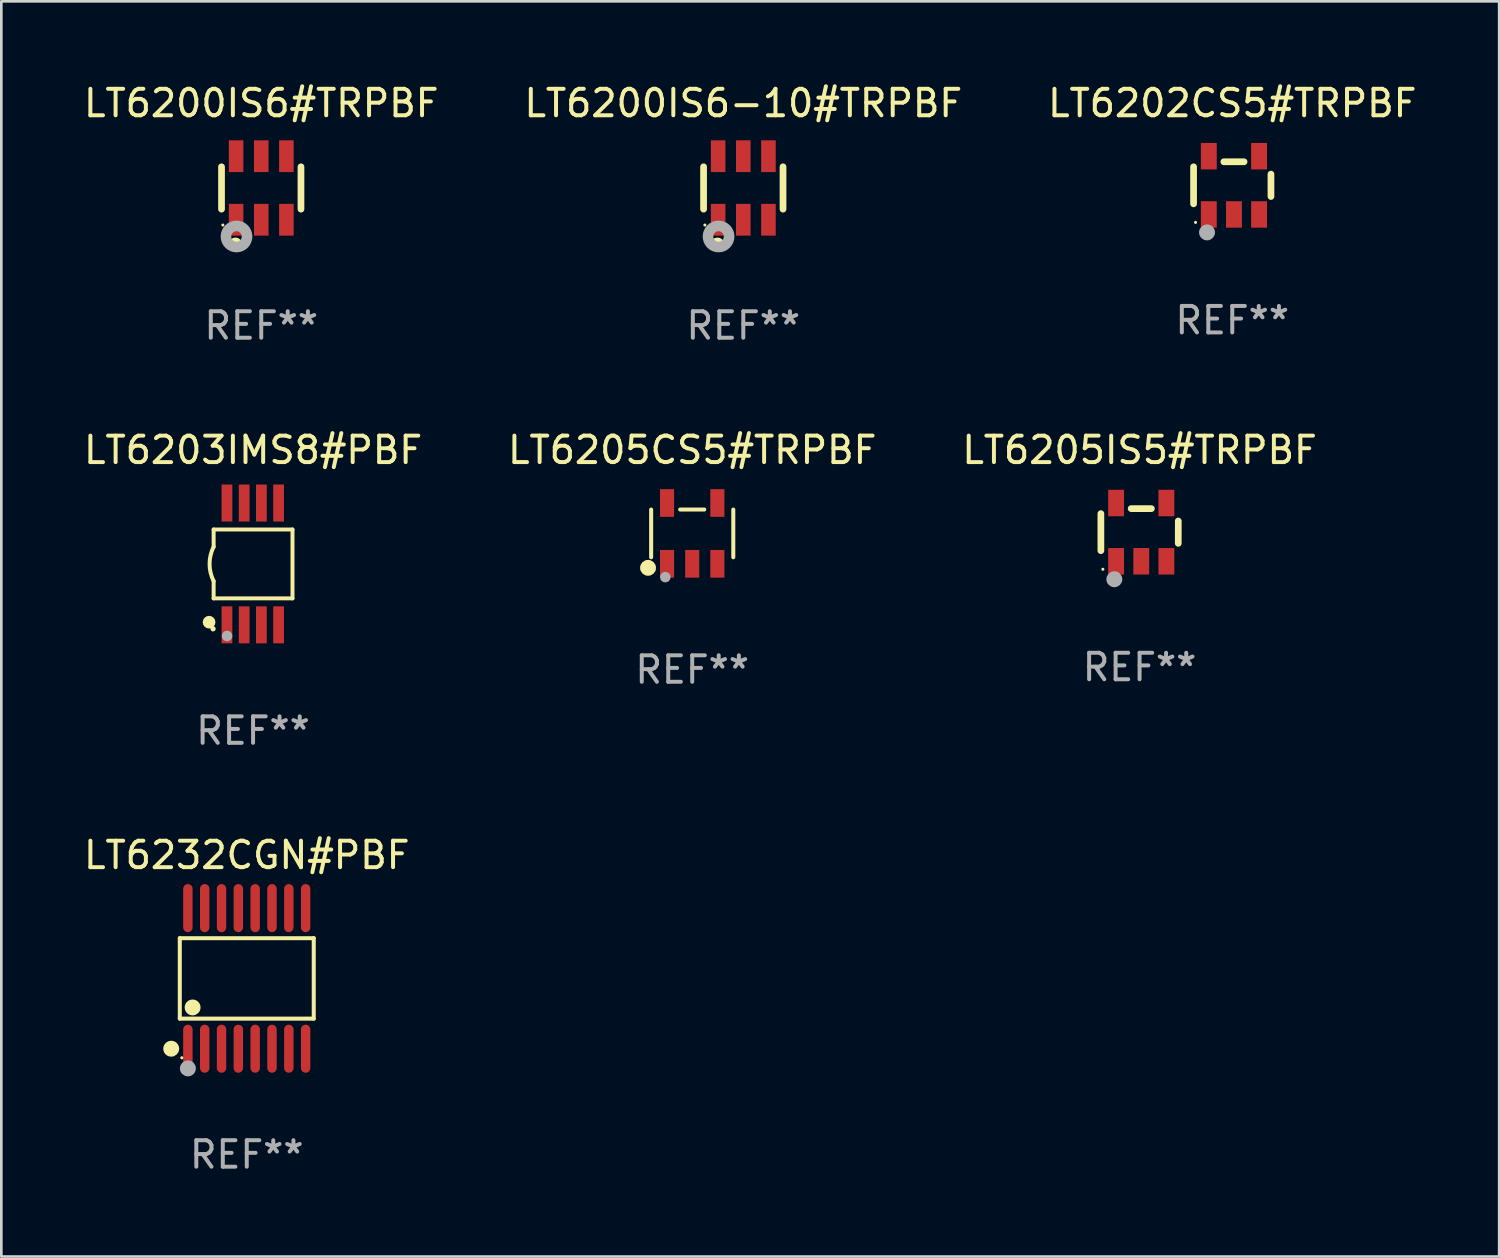
<source format=kicad_pcb>
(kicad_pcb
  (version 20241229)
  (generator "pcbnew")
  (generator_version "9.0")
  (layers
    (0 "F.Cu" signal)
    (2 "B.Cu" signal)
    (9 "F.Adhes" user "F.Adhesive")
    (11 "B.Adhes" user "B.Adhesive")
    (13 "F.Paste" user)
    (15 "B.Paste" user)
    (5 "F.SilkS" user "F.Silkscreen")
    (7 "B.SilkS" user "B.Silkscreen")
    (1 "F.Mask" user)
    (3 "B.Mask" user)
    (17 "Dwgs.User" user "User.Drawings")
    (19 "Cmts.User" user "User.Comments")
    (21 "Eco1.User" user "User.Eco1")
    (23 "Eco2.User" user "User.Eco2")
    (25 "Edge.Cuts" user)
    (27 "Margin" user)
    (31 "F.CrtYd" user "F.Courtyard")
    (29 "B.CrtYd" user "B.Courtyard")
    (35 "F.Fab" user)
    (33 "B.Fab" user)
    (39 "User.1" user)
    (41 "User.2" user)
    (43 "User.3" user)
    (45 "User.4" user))
  (footprint "LT6200IS6#TRPBF"
    (layer "F.Cu")
    (at 6.815 4.048)
    (property "Reference" "LT6200IS6#TRPBF" (at 0 -3.2 0) (layer "F.SilkS") (effects (font (size 1 1) (thickness 0.15))))
    (attr through_hole)
    (fp_line (start -1.5 0.8) (end -1.5 -0.8) (stroke (width 0.254) (type solid)) (layer "F.SilkS"))
    (fp_line (start 1.5 -0.8) (end 1.5 0.8) (stroke (width 0.254) (type solid)) (layer "F.SilkS"))
    (fp_circle (center -1.45 1.4) (end -1.42 1.4) (stroke (width 0.06) (type solid)) (fill no) (layer "F.SilkS"))
    (fp_circle (center -0.975 2.125) (end -0.848 2.125) (stroke (width 0.254) (type solid)) (fill no) (layer "F.SilkS"))
    (fp_circle (center -0.934 1.832) (end -0.735 1.832) (stroke (width 0.4) (type solid)) (fill no) (layer "F.Fab"))
    (fp_text user "REF**" (at 0 5.2 0) (layer "F.Fab") (effects (font (size 1 1) (thickness 0.15))))
    (pad "1" smd rect (at -0.95 1.2) (size 0.55 1.2) (layers "F.Cu" "F.Mask" "F.Paste"))
    (pad "2" smd rect (at 0 1.2) (size 0.55 1.2) (layers "F.Cu" "F.Mask" "F.Paste"))
    (pad "3" smd rect (at 0.95 1.2) (size 0.55 1.2) (layers "F.Cu" "F.Mask" "F.Paste"))
    (pad "4" smd rect (at 0.95 -1.2) (size 0.55 1.2) (layers "F.Cu" "F.Mask" "F.Paste"))
    (pad "5" smd rect (at 0 -1.2) (size 0.55 1.2) (layers "F.Cu" "F.Mask" "F.Paste"))
    (pad "6" smd rect (at -0.95 -1.2) (size 0.55 1.2) (layers "F.Cu" "F.Mask" "F.Paste")))
  (footprint "LT6200IS6-10#TRPBF"
    (layer "F.Cu")
    (at 25.018 4.048)
    (property "Reference" "LT6200IS6-10#TRPBF" (at 0 -3.2 0) (layer "F.SilkS") (effects (font (size 1 1) (thickness 0.15))))
    (attr through_hole)
    (fp_line (start -1.5 0.8) (end -1.5 -0.8) (stroke (width 0.254) (type solid)) (layer "F.SilkS"))
    (fp_line (start 1.5 -0.8) (end 1.5 0.8) (stroke (width 0.254) (type solid)) (layer "F.SilkS"))
    (fp_circle (center -1.45 1.4) (end -1.42 1.4) (stroke (width 0.06) (type solid)) (fill no) (layer "F.SilkS"))
    (fp_circle (center -0.975 2.125) (end -0.848 2.125) (stroke (width 0.254) (type solid)) (fill no) (layer "F.SilkS"))
    (fp_circle (center -0.934 1.832) (end -0.735 1.832) (stroke (width 0.4) (type solid)) (fill no) (layer "F.Fab"))
    (fp_text user "REF**" (at 0 5.2 0) (layer "F.Fab") (effects (font (size 1 1) (thickness 0.15))))
    (pad "1" smd rect (at -0.95 1.2) (size 0.55 1.2) (layers "F.Cu" "F.Mask" "F.Paste"))
    (pad "2" smd rect (at 0 1.2) (size 0.55 1.2) (layers "F.Cu" "F.Mask" "F.Paste"))
    (pad "3" smd rect (at 0.95 1.2) (size 0.55 1.2) (layers "F.Cu" "F.Mask" "F.Paste"))
    (pad "4" smd rect (at 0.95 -1.2) (size 0.55 1.2) (layers "F.Cu" "F.Mask" "F.Paste"))
    (pad "5" smd rect (at 0 -1.2) (size 0.55 1.2) (layers "F.Cu" "F.Mask" "F.Paste"))
    (pad "6" smd rect (at -0.95 -1.2) (size 0.55 1.2) (layers "F.Cu" "F.Mask" "F.Paste")))
  (footprint "LT6232CGN#PBF"
    (layer "F.Cu")
    (at 6.268 33.896)
    (property "Reference" "LT6232CGN#PBF" (at 0 -4.655 0) (layer "F.SilkS") (effects (font (size 1 1) (thickness 0.15))))
    (attr through_hole)
    (fp_line (start -2.529 -1.519) (end 2.529 -1.519) (stroke (width 0.152) (type solid)) (layer "F.SilkS"))
    (fp_line (start -2.529 1.519) (end -2.529 -1.519) (stroke (width 0.152) (type solid)) (layer "F.SilkS"))
    (fp_line (start 2.529 -1.519) (end 2.529 1.519) (stroke (width 0.152) (type solid)) (layer "F.SilkS"))
    (fp_line (start 2.529 1.519) (end -2.529 1.519) (stroke (width 0.152) (type solid)) (layer "F.SilkS"))
    (fp_circle (center -2.853 2.655) (end -2.703 2.655) (stroke (width 0.3) (type solid)) (fill no) (layer "F.SilkS"))
    (fp_circle (center -2.453 2.998) (end -2.423 2.998) (stroke (width 0.06) (type solid)) (fill no) (layer "F.SilkS"))
    (fp_circle (center -2.045 1.097) (end -1.895 1.097) (stroke (width 0.3) (type solid)) (fill no) (layer "F.SilkS"))
    (fp_circle (center -2.223 3.398) (end -2.072 3.398) (stroke (width 0.3) (type solid)) (fill no) (layer "F.Fab"))
    (fp_text user "REF**" (at 0 6.655 0) (layer "F.Fab") (effects (font (size 1 1) (thickness 0.15))))
    (pad "1" smd oval (at -2.223 2.655) (size 0.356 1.815) (layers "F.Cu" "F.Mask" "F.Paste"))
    (pad "2" smd oval (at -1.588 2.655) (size 0.356 1.815) (layers "F.Cu" "F.Mask" "F.Paste"))
    (pad "3" smd oval (at -0.953 2.655) (size 0.356 1.815) (layers "F.Cu" "F.Mask" "F.Paste"))
    (pad "4" smd oval (at -0.318 2.655) (size 0.356 1.815) (layers "F.Cu" "F.Mask" "F.Paste"))
    (pad "5" smd oval (at 0.318 2.655) (size 0.356 1.815) (layers "F.Cu" "F.Mask" "F.Paste"))
    (pad "6" smd oval (at 0.953 2.655) (size 0.356 1.815) (layers "F.Cu" "F.Mask" "F.Paste"))
    (pad "7" smd oval (at 1.588 2.655) (size 0.356 1.815) (layers "F.Cu" "F.Mask" "F.Paste"))
    (pad "8" smd oval (at 2.223 2.655) (size 0.356 1.815) (layers "F.Cu" "F.Mask" "F.Paste"))
    (pad "9" smd oval (at 2.223 -2.655) (size 0.356 1.815) (layers "F.Cu" "F.Mask" "F.Paste"))
    (pad "10" smd oval (at 1.588 -2.655) (size 0.356 1.815) (layers "F.Cu" "F.Mask" "F.Paste"))
    (pad "11" smd oval (at 0.953 -2.655) (size 0.356 1.815) (layers "F.Cu" "F.Mask" "F.Paste"))
    (pad "12" smd oval (at 0.318 -2.655) (size 0.356 1.815) (layers "F.Cu" "F.Mask" "F.Paste"))
    (pad "13" smd oval (at -0.318 -2.655) (size 0.356 1.815) (layers "F.Cu" "F.Mask" "F.Paste"))
    (pad "14" smd oval (at -0.953 -2.655) (size 0.356 1.815) (layers "F.Cu" "F.Mask" "F.Paste"))
    (pad "15" smd oval (at -1.588 -2.655) (size 0.356 1.815) (layers "F.Cu" "F.Mask" "F.Paste"))
    (pad "16" smd oval (at -2.223 -2.655) (size 0.356 1.815) (layers "F.Cu" "F.Mask" "F.Paste")))
  (footprint "LT6205CS5#TRPBF"
    (layer "F.Cu")
    (at 23.089 17.092)
    (property "Reference" "LT6205CS5#TRPBF" (at 0 -3.148 0) (layer "F.SilkS") (effects (font (size 1 1) (thickness 0.15))))
    (attr through_hole)
    (fp_line (start -1.551 0.901) (end -1.551 -0.901) (stroke (width 0.152) (type solid)) (layer "F.SilkS"))
    (fp_line (start 0.455 -0.901) (end -0.455 -0.901) (stroke (width 0.152) (type solid)) (layer "F.SilkS"))
    (fp_line (start 1.551 0.901) (end 1.551 -0.901) (stroke (width 0.152) (type solid)) (layer "F.SilkS"))
    (fp_circle (center -1.668 1.3) (end -1.518 1.3) (stroke (width 0.3) (type solid)) (fill no) (layer "F.SilkS"))
    (fp_circle (center -1.45 1.4) (end -1.42 1.4) (stroke (width 0.06) (type solid)) (fill no) (layer "F.SilkS"))
    (fp_circle (center -1.016 1.651) (end -0.916 1.651) (stroke (width 0.2) (type solid)) (fill no) (layer "F.Fab"))
    (fp_text user "REF**" (at 0 5.148 0) (layer "F.Fab") (effects (font (size 1 1) (thickness 0.15))))
    (pad "1" smd rect (at -0.95 1.148) (size 0.532 1.045) (layers "F.Cu" "F.Mask" "F.Paste"))
    (pad "2" smd rect (at 0 1.148) (size 0.532 1.045) (layers "F.Cu" "F.Mask" "F.Paste"))
    (pad "3" smd rect (at 0.95 1.148) (size 0.532 1.045) (layers "F.Cu" "F.Mask" "F.Paste"))
    (pad "4" smd rect (at 0.95 -1.148) (size 0.532 1.045) (layers "F.Cu" "F.Mask" "F.Paste"))
    (pad "5" smd rect (at -0.95 -1.148) (size 0.532 1.045) (layers "F.Cu" "F.Mask" "F.Paste")))
  (footprint "LT6205IS5#TRPBF"
    (layer "F.Cu")
    (at 39.982 17.045)
    (property "Reference" "LT6205IS5#TRPBF" (at 0 -3.1 0) (layer "F.SilkS") (effects (font (size 1 1) (thickness 0.15))))
    (attr through_hole)
    (fp_line (start -1.461 -0.699) (end -1.461 0.699) (stroke (width 0.254) (type solid)) (layer "F.SilkS"))
    (fp_line (start -0.318 -0.889) (end 0.445 -0.889) (stroke (width 0.254) (type solid)) (layer "F.SilkS"))
    (fp_line (start 1.461 -0.422) (end 1.461 0.422) (stroke (width 0.254) (type solid)) (layer "F.SilkS"))
    (fp_circle (center -1.387 1.4) (end -1.357 1.4) (stroke (width 0.06) (type solid)) (fill no) (layer "F.SilkS"))
    (fp_circle (center -0.953 1.778) (end -0.802 1.778) (stroke (width 0.3) (type solid)) (fill no) (layer "F.Fab"))
    (fp_text user "REF**" (at 0 5.1 0) (layer "F.Fab") (effects (font (size 1 1) (thickness 0.15))))
    (pad "1" smd rect (at -0.886 1.1) (size 0.6 1) (layers "F.Cu" "F.Mask" "F.Paste"))
    (pad "2" smd rect (at 0.064 1.1) (size 0.6 1) (layers "F.Cu" "F.Mask" "F.Paste"))
    (pad "3" smd rect (at 1.013 1.1) (size 0.6 1) (layers "F.Cu" "F.Mask" "F.Paste"))
    (pad "4" smd rect (at 1.013 -1.1) (size 0.6 1) (layers "F.Cu" "F.Mask" "F.Paste"))
    (pad "5" smd rect (at -0.886 -1.1) (size 0.6 1) (layers "F.Cu" "F.Mask" "F.Paste")))
  (footprint "LT6203IMS8#PBF"
    (layer "F.Cu")
    (at 6.506 18.245)
    (property "Reference" "LT6203IMS8#PBF" (at 0 -4.3 0) (layer "F.SilkS") (effects (font (size 1 1) (thickness 0.15))))
    (attr through_hole)
    (fp_line (start -1.489 -1.3) (end -1.489 -0.648) (stroke (width 0.15) (type solid)) (layer "F.SilkS"))
    (fp_line (start -1.489 0.648) (end -1.489 1.3) (stroke (width 0.15) (type solid)) (layer "F.SilkS"))
    (fp_line (start -1.489 1.3) (end 1.489 1.3) (stroke (width 0.15) (type solid)) (layer "F.SilkS"))
    (fp_line (start 1.489 -1.3) (end -1.489 -1.3) (stroke (width 0.15) (type solid)) (layer "F.SilkS"))
    (fp_line (start 1.489 1.3) (end 1.489 -1.3) (stroke (width 0.15) (type solid)) (layer "F.SilkS"))
    (fp_arc (start -1.489205 0.647702) (mid -1.642107 0) (end -1.489205 -0.647701) (stroke (width 0.150013) (type solid)) (layer "F.SilkS"))
    (fp_circle (center -1.661 2.2) (end -1.541 2.2) (stroke (width 0.24) (type solid)) (fill no) (layer "F.SilkS"))
    (fp_circle (center -1.511 2.45) (end -1.461 2.45) (stroke (width 0.1) (type solid)) (fill no) (layer "F.SilkS"))
    (fp_circle (center -0.981 2.72) (end -0.881 2.72) (stroke (width 0.2) (type solid)) (fill no) (layer "F.Fab"))
    (fp_text user "REF**" (at 0 6.3 0) (layer "F.Fab") (effects (font (size 1 1) (thickness 0.15))))
    (pad "1" smd rect (at -0.986 2.3) (size 0.406 1.397) (layers "F.Cu" "F.Mask" "F.Paste"))
    (pad "2" smd rect (at -0.336 2.3) (size 0.406 1.397) (layers "F.Cu" "F.Mask" "F.Paste"))
    (pad "3" smd rect (at 0.314 2.3) (size 0.406 1.397) (layers "F.Cu" "F.Mask" "F.Paste"))
    (pad "4" smd rect (at 0.964 2.3) (size 0.406 1.397) (layers "F.Cu" "F.Mask" "F.Paste"))
    (pad "5" smd rect (at 0.964 -2.3) (size 0.406 1.397) (layers "F.Cu" "F.Mask" "F.Paste"))
    (pad "6" smd rect (at 0.314 -2.3) (size 0.406 1.397) (layers "F.Cu" "F.Mask" "F.Paste"))
    (pad "7" smd rect (at -0.336 -2.3) (size 0.406 1.397) (layers "F.Cu" "F.Mask" "F.Paste"))
    (pad "8" smd rect (at -0.986 -2.3) (size 0.406 1.397) (layers "F.Cu" "F.Mask" "F.Paste")))
  (footprint "LT6202CS5#TRPBF"
    (layer "F.Cu")
    (at 43.482 3.948)
    (property "Reference" "LT6202CS5#TRPBF" (at 0 -3.1 0) (layer "F.SilkS") (effects (font (size 1 1) (thickness 0.15))))
    (attr through_hole)
    (fp_line (start -1.461 -0.699) (end -1.461 0.699) (stroke (width 0.254) (type solid)) (layer "F.SilkS"))
    (fp_line (start -0.318 -0.889) (end 0.445 -0.889) (stroke (width 0.254) (type solid)) (layer "F.SilkS"))
    (fp_line (start 1.461 -0.422) (end 1.461 0.422) (stroke (width 0.254) (type solid)) (layer "F.SilkS"))
    (fp_circle (center -1.387 1.4) (end -1.357 1.4) (stroke (width 0.06) (type solid)) (fill no) (layer "F.SilkS"))
    (fp_circle (center -0.953 1.778) (end -0.802 1.778) (stroke (width 0.3) (type solid)) (fill no) (layer "F.Fab"))
    (fp_text user "REF**" (at 0 5.1 0) (layer "F.Fab") (effects (font (size 1 1) (thickness 0.15))))
    (pad "1" smd rect (at -0.886 1.1) (size 0.6 1) (layers "F.Cu" "F.Mask" "F.Paste"))
    (pad "2" smd rect (at 0.064 1.1) (size 0.6 1) (layers "F.Cu" "F.Mask" "F.Paste"))
    (pad "3" smd rect (at 1.013 1.1) (size 0.6 1) (layers "F.Cu" "F.Mask" "F.Paste"))
    (pad "4" smd rect (at 1.013 -1.1) (size 0.6 1) (layers "F.Cu" "F.Mask" "F.Paste"))
    (pad "5" smd rect (at -0.886 -1.1) (size 0.6 1) (layers "F.Cu" "F.Mask" "F.Paste")))
  (gr_rect
    (start -3 -3)
    (end 53.56 44.399)
    (stroke (width 0.1) (type default))
    (fill no)
    (layer "Edge.Cuts")))
</source>
